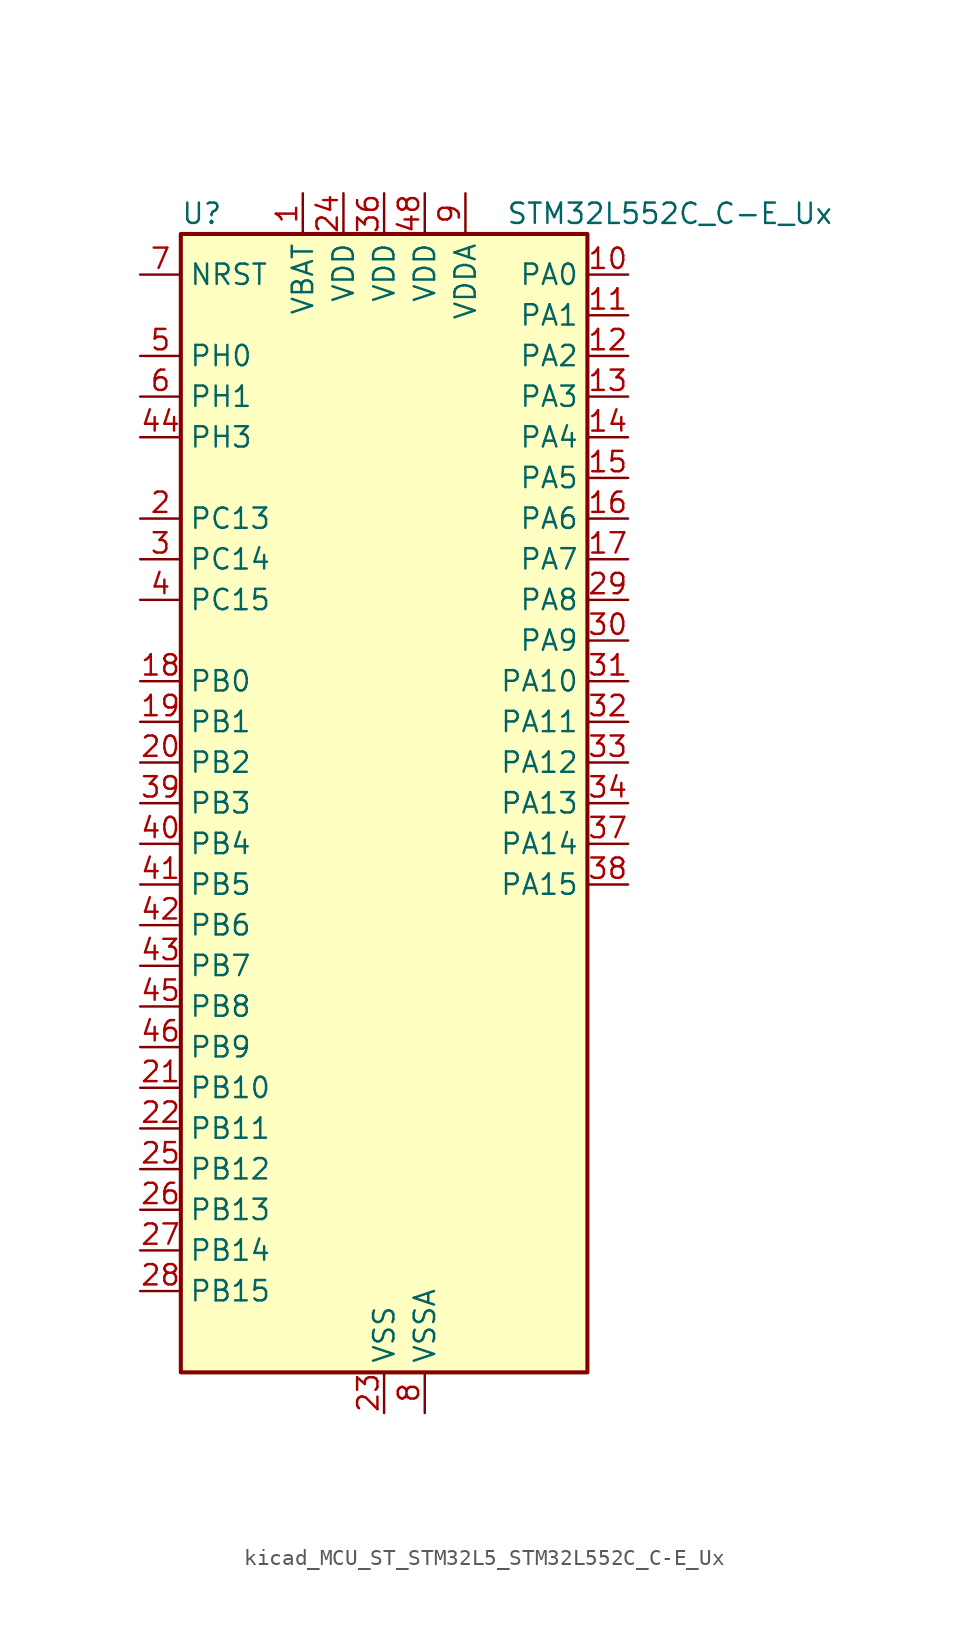
<source format=kicad_sym>
(kicad_symbol_lib
  (version 20220914)
  (generator kicad_symbol_editor)
  (symbol "kicad_MCU_ST_STM32L5_STM32L552C_C-E_Ux"
    (property "Reference" "U"
      (at -12.7 36.83 0)
      (effects (font (size 1.27 1.27)) (justify left)))
    (property "Value" "STM32L552C_C-E_Ux"
      (at 7.62 36.83 0)
      (effects (font (size 1.27 1.27)) (justify left)))
    (property "ki_locked" ""
      (at 0 0 0)
      (effects (font (size 1.27 1.27))))
    (symbol "kicad_MCU_ST_STM32L5_STM32L552C_C-E_Ux_0_1"
      (rectangle (start -12.7 -35.56) (end 12.7 35.56) (stroke (width 0.254) (type default)) (fill (type background))))
    (symbol "kicad_MCU_ST_STM32L5_STM32L552C_C-E_Ux_1_1"
      (pin power_in line (at -5.08 38.1 270) (length 2.54) (name "VBAT" (effects (font (size 1.27 1.27)))) (number "1" (effects (font (size 1.27 1.27)))))
      (pin bidirectional line (at 15.24 33.02 180) (length 2.54) (name "PA0" (effects (font (size 1.27 1.27)))) (number "10" (effects (font (size 1.27 1.27)))) (alternate "ADC1_IN5" bidirectional line) (alternate "ADC2_IN5" bidirectional line) (alternate "OPAMP1_VINP" bidirectional line) (alternate "PWR_WKUP1" bidirectional line) (alternate "SAI1_EXTCLK" bidirectional line) (alternate "TAMP_IN2" bidirectional line) (alternate "TAMP_OUT1" bidirectional line) (alternate "TIM2_CH1" bidirectional line) (alternate "TIM2_ETR" bidirectional line) (alternate "TIM5_CH1" bidirectional line) (alternate "TIM8_ETR" bidirectional line) (alternate "UART4_TX" bidirectional line) (alternate "USART2_CTS" bidirectional line) (alternate "USART2_NSS" bidirectional line))
      (pin bidirectional line (at 15.24 30.48 180) (length 2.54) (name "PA1" (effects (font (size 1.27 1.27)))) (number "11" (effects (font (size 1.27 1.27)))) (alternate "ADC1_IN6" bidirectional line) (alternate "ADC2_IN6" bidirectional line) (alternate "I2C1_SMBA" bidirectional line) (alternate "OCTOSPI1_DQS" bidirectional line) (alternate "OPAMP1_VINM" bidirectional line) (alternate "SPI1_SCK" bidirectional line) (alternate "TAMP_IN5" bidirectional line) (alternate "TAMP_OUT4" bidirectional line) (alternate "TIM15_CH1N" bidirectional line) (alternate "TIM2_CH2" bidirectional line) (alternate "TIM5_CH2" bidirectional line) (alternate "UART4_RX" bidirectional line) (alternate "USART2_DE" bidirectional line) (alternate "USART2_RTS" bidirectional line))
      (pin bidirectional line (at 15.24 27.94 180) (length 2.54) (name "PA2" (effects (font (size 1.27 1.27)))) (number "12" (effects (font (size 1.27 1.27)))) (alternate "ADC1_IN7" bidirectional line) (alternate "ADC2_IN7" bidirectional line) (alternate "COMP1_INP" bidirectional line) (alternate "LPUART1_TX" bidirectional line) (alternate "OCTOSPI1_NCS" bidirectional line) (alternate "PWR_WKUP4" bidirectional line) (alternate "RCC_LSCO" bidirectional line) (alternate "SAI2_EXTCLK" bidirectional line) (alternate "TIM15_CH1" bidirectional line) (alternate "TIM2_CH3" bidirectional line) (alternate "TIM5_CH3" bidirectional line) (alternate "UCPD1_FRSTX1" bidirectional line) (alternate "USART2_TX" bidirectional line))
      (pin bidirectional line (at 15.24 25.4 180) (length 2.54) (name "PA3" (effects (font (size 1.27 1.27)))) (number "13" (effects (font (size 1.27 1.27)))) (alternate "ADC1_IN8" bidirectional line) (alternate "ADC2_IN8" bidirectional line) (alternate "LPUART1_RX" bidirectional line) (alternate "OCTOSPI1_CLK" bidirectional line) (alternate "OPAMP1_VOUT" bidirectional line) (alternate "SAI1_CK1" bidirectional line) (alternate "SAI1_MCLK_A" bidirectional line) (alternate "TIM15_CH2" bidirectional line) (alternate "TIM2_CH4" bidirectional line) (alternate "TIM5_CH4" bidirectional line) (alternate "USART2_RX" bidirectional line))
      (pin bidirectional line (at 15.24 22.86 180) (length 2.54) (name "PA4" (effects (font (size 1.27 1.27)))) (number "14" (effects (font (size 1.27 1.27)))) (alternate "ADC1_IN9" bidirectional line) (alternate "ADC2_IN9" bidirectional line) (alternate "DAC1_OUT1" bidirectional line) (alternate "LPTIM2_OUT" bidirectional line) (alternate "OCTOSPI1_NCS" bidirectional line) (alternate "SAI1_FS_B" bidirectional line) (alternate "SPI1_NSS" bidirectional line) (alternate "SPI3_NSS" bidirectional line) (alternate "USART2_CK" bidirectional line))
      (pin bidirectional line (at 15.24 20.32 180) (length 2.54) (name "PA5" (effects (font (size 1.27 1.27)))) (number "15" (effects (font (size 1.27 1.27)))) (alternate "ADC1_IN10" bidirectional line) (alternate "ADC2_IN10" bidirectional line) (alternate "DAC1_OUT2" bidirectional line) (alternate "LPTIM2_ETR" bidirectional line) (alternate "SPI1_SCK" bidirectional line) (alternate "TIM2_CH1" bidirectional line) (alternate "TIM2_ETR" bidirectional line) (alternate "TIM8_CH1N" bidirectional line))
      (pin bidirectional line (at 15.24 17.78 180) (length 2.54) (name "PA6" (effects (font (size 1.27 1.27)))) (number "16" (effects (font (size 1.27 1.27)))) (alternate "ADC1_IN11" bidirectional line) (alternate "ADC2_IN11" bidirectional line) (alternate "LPUART1_CTS" bidirectional line) (alternate "OCTOSPI1_IO3" bidirectional line) (alternate "OPAMP2_VINP" bidirectional line) (alternate "SPI1_MISO" bidirectional line) (alternate "TIM16_CH1" bidirectional line) (alternate "TIM1_BKIN" bidirectional line) (alternate "TIM3_CH1" bidirectional line) (alternate "TIM8_BKIN" bidirectional line) (alternate "USART3_CTS" bidirectional line) (alternate "USART3_NSS" bidirectional line))
      (pin bidirectional line (at 15.24 15.24 180) (length 2.54) (name "PA7" (effects (font (size 1.27 1.27)))) (number "17" (effects (font (size 1.27 1.27)))) (alternate "ADC1_IN12" bidirectional line) (alternate "ADC2_IN12" bidirectional line) (alternate "I2C3_SCL" bidirectional line) (alternate "OCTOSPI1_IO2" bidirectional line) (alternate "OPAMP2_VINM" bidirectional line) (alternate "SPI1_MOSI" bidirectional line) (alternate "TIM17_CH1" bidirectional line) (alternate "TIM1_CH1N" bidirectional line) (alternate "TIM3_CH2" bidirectional line) (alternate "TIM8_CH1N" bidirectional line))
      (pin bidirectional line (at -15.24 7.62 0) (length 2.54) (name "PB0" (effects (font (size 1.27 1.27)))) (number "18" (effects (font (size 1.27 1.27)))) (alternate "ADC1_IN15" bidirectional line) (alternate "ADC2_IN15" bidirectional line) (alternate "COMP1_OUT" bidirectional line) (alternate "OCTOSPI1_IO1" bidirectional line) (alternate "OPAMP2_VOUT" bidirectional line) (alternate "SAI1_EXTCLK" bidirectional line) (alternate "SPI1_NSS" bidirectional line) (alternate "TIM1_CH2N" bidirectional line) (alternate "TIM3_CH3" bidirectional line) (alternate "TIM8_CH2N" bidirectional line) (alternate "USART3_CK" bidirectional line))
      (pin bidirectional line (at -15.24 5.08 0) (length 2.54) (name "PB1" (effects (font (size 1.27 1.27)))) (number "19" (effects (font (size 1.27 1.27)))) (alternate "ADC1_IN16" bidirectional line) (alternate "ADC2_IN16" bidirectional line) (alternate "COMP1_INM" bidirectional line) (alternate "DFSDM1_DATIN0" bidirectional line) (alternate "LPTIM2_IN1" bidirectional line) (alternate "LPUART1_DE" bidirectional line) (alternate "LPUART1_RTS" bidirectional line) (alternate "OCTOSPI1_IO0" bidirectional line) (alternate "TIM1_CH3N" bidirectional line) (alternate "TIM3_CH4" bidirectional line) (alternate "TIM8_CH3N" bidirectional line) (alternate "USART3_DE" bidirectional line) (alternate "USART3_RTS" bidirectional line))
      (pin bidirectional line (at -15.24 17.78 0) (length 2.54) (name "PC13" (effects (font (size 1.27 1.27)))) (number "2" (effects (font (size 1.27 1.27)))) (alternate "PWR_WKUP2" bidirectional line) (alternate "RTC_OUT1" bidirectional line) (alternate "RTC_TS" bidirectional line) (alternate "TAMP_IN1" bidirectional line) (alternate "TAMP_OUT2" bidirectional line))
      (pin bidirectional line (at -15.24 2.54 0) (length 2.54) (name "PB2" (effects (font (size 1.27 1.27)))) (number "20" (effects (font (size 1.27 1.27)))) (alternate "COMP1_INP" bidirectional line) (alternate "DFSDM1_CKIN0" bidirectional line) (alternate "I2C3_SMBA" bidirectional line) (alternate "LPTIM1_OUT" bidirectional line) (alternate "OCTOSPI1_DQS" bidirectional line) (alternate "RTC_OUT2" bidirectional line) (alternate "UCPD1_FRSTX1" bidirectional line))
      (pin bidirectional line (at -15.24 -17.78 0) (length 2.54) (name "PB10" (effects (font (size 1.27 1.27)))) (number "21" (effects (font (size 1.27 1.27)))) (alternate "COMP1_OUT" bidirectional line) (alternate "I2C2_SCL" bidirectional line) (alternate "I2C4_SCL" bidirectional line) (alternate "LPTIM3_OUT" bidirectional line) (alternate "LPUART1_RX" bidirectional line) (alternate "OCTOSPI1_CLK" bidirectional line) (alternate "SAI1_SCK_A" bidirectional line) (alternate "SPI2_SCK" bidirectional line) (alternate "TIM2_CH3" bidirectional line) (alternate "TSC_SYNC" bidirectional line) (alternate "USART3_TX" bidirectional line))
      (pin bidirectional line (at -15.24 -20.32 0) (length 2.54) (name "PB11" (effects (font (size 1.27 1.27)))) (number "22" (effects (font (size 1.27 1.27)))) (alternate "ADC1_EXTI11" bidirectional line) (alternate "ADC2_EXTI11" bidirectional line) (alternate "COMP2_OUT" bidirectional line) (alternate "I2C2_SDA" bidirectional line) (alternate "I2C4_SDA" bidirectional line) (alternate "LPUART1_TX" bidirectional line) (alternate "OCTOSPI1_NCS" bidirectional line) (alternate "TIM2_CH4" bidirectional line) (alternate "USART3_RX" bidirectional line))
      (pin power_in line (at 0 -38.1 90) (length 2.54) (name "VSS" (effects (font (size 1.27 1.27)))) (number "23" (effects (font (size 1.27 1.27)))))
      (pin power_in line (at -2.54 38.1 270) (length 2.54) (name "VDD" (effects (font (size 1.27 1.27)))) (number "24" (effects (font (size 1.27 1.27)))))
      (pin bidirectional line (at -15.24 -22.86 0) (length 2.54) (name "PB12" (effects (font (size 1.27 1.27)))) (number "25" (effects (font (size 1.27 1.27)))) (alternate "DFSDM1_DATIN1" bidirectional line) (alternate "I2C2_SMBA" bidirectional line) (alternate "LPUART1_DE" bidirectional line) (alternate "LPUART1_RTS" bidirectional line) (alternate "OCTOSPI1_NCLK" bidirectional line) (alternate "SAI2_FS_A" bidirectional line) (alternate "SPI2_NSS" bidirectional line) (alternate "TIM15_BKIN" bidirectional line) (alternate "TIM1_BKIN" bidirectional line) (alternate "TSC_G1_IO1" bidirectional line) (alternate "USART3_CK" bidirectional line))
      (pin bidirectional line (at -15.24 -25.4 0) (length 2.54) (name "PB13" (effects (font (size 1.27 1.27)))) (number "26" (effects (font (size 1.27 1.27)))) (alternate "DFSDM1_CKIN1" bidirectional line) (alternate "I2C2_SCL" bidirectional line) (alternate "LPTIM3_IN1" bidirectional line) (alternate "LPUART1_CTS" bidirectional line) (alternate "SAI2_SCK_A" bidirectional line) (alternate "SPI2_SCK" bidirectional line) (alternate "TIM15_CH1N" bidirectional line) (alternate "TIM1_CH1N" bidirectional line) (alternate "TSC_G1_IO2" bidirectional line) (alternate "UCPD1_FRSTX2" bidirectional line) (alternate "USART3_CTS" bidirectional line) (alternate "USART3_NSS" bidirectional line))
      (pin bidirectional line (at -15.24 -27.94 0) (length 2.54) (name "PB14" (effects (font (size 1.27 1.27)))) (number "27" (effects (font (size 1.27 1.27)))) (alternate "DFSDM1_DATIN2" bidirectional line) (alternate "I2C2_SDA" bidirectional line) (alternate "LPTIM3_ETR" bidirectional line) (alternate "SAI2_MCLK_A" bidirectional line) (alternate "SPI2_MISO" bidirectional line) (alternate "TIM15_CH1" bidirectional line) (alternate "TIM1_CH2N" bidirectional line) (alternate "TIM8_CH2N" bidirectional line) (alternate "TSC_G1_IO3" bidirectional line) (alternate "UCPD1_DBCC2" bidirectional line) (alternate "USART3_DE" bidirectional line) (alternate "USART3_RTS" bidirectional line))
      (pin bidirectional line (at -15.24 -30.48 0) (length 2.54) (name "PB15" (effects (font (size 1.27 1.27)))) (number "28" (effects (font (size 1.27 1.27)))) (alternate "ADC1_EXTI15" bidirectional line) (alternate "ADC2_EXTI15" bidirectional line) (alternate "DFSDM1_CKIN2" bidirectional line) (alternate "RTC_REFIN" bidirectional line) (alternate "SAI2_SD_A" bidirectional line) (alternate "SPI2_MOSI" bidirectional line) (alternate "TIM15_CH2" bidirectional line) (alternate "TIM1_CH3N" bidirectional line) (alternate "TIM8_CH3N" bidirectional line) (alternate "UCPD1_CC2" bidirectional line))
      (pin bidirectional line (at 15.24 12.7 180) (length 2.54) (name "PA8" (effects (font (size 1.27 1.27)))) (number "29" (effects (font (size 1.27 1.27)))) (alternate "LPTIM2_OUT" bidirectional line) (alternate "RCC_MCO" bidirectional line) (alternate "SAI1_CK2" bidirectional line) (alternate "SAI1_SCK_A" bidirectional line) (alternate "TIM1_CH1" bidirectional line) (alternate "USART1_CK" bidirectional line))
      (pin bidirectional line (at -15.24 15.24 0) (length 2.54) (name "PC14" (effects (font (size 1.27 1.27)))) (number "3" (effects (font (size 1.27 1.27)))) (alternate "RCC_OSC32_IN" bidirectional line))
      (pin bidirectional line (at 15.24 10.16 180) (length 2.54) (name "PA9" (effects (font (size 1.27 1.27)))) (number "30" (effects (font (size 1.27 1.27)))) (alternate "DAC1_EXTI9" bidirectional line) (alternate "SAI1_FS_A" bidirectional line) (alternate "SPI2_SCK" bidirectional line) (alternate "TIM15_BKIN" bidirectional line) (alternate "TIM1_CH2" bidirectional line) (alternate "USART1_TX" bidirectional line))
      (pin bidirectional line (at 15.24 7.62 180) (length 2.54) (name "PA10" (effects (font (size 1.27 1.27)))) (number "31" (effects (font (size 1.27 1.27)))) (alternate "CRS_SYNC" bidirectional line) (alternate "SAI1_D1" bidirectional line) (alternate "SAI1_SD_A" bidirectional line) (alternate "TIM17_BKIN" bidirectional line) (alternate "TIM1_CH3" bidirectional line) (alternate "USART1_RX" bidirectional line))
      (pin bidirectional line (at 15.24 5.08 180) (length 2.54) (name "PA11" (effects (font (size 1.27 1.27)))) (number "32" (effects (font (size 1.27 1.27)))) (alternate "ADC1_EXTI11" bidirectional line) (alternate "ADC2_EXTI11" bidirectional line) (alternate "FDCAN1_RX" bidirectional line) (alternate "SPI1_MISO" bidirectional line) (alternate "TIM1_BKIN2" bidirectional line) (alternate "TIM1_CH4" bidirectional line) (alternate "USART1_CTS" bidirectional line) (alternate "USART1_NSS" bidirectional line) (alternate "USB_DM" bidirectional line))
      (pin bidirectional line (at 15.24 2.54 180) (length 2.54) (name "PA12" (effects (font (size 1.27 1.27)))) (number "33" (effects (font (size 1.27 1.27)))) (alternate "FDCAN1_TX" bidirectional line) (alternate "SPI1_MOSI" bidirectional line) (alternate "TIM1_ETR" bidirectional line) (alternate "USART1_DE" bidirectional line) (alternate "USART1_RTS" bidirectional line) (alternate "USB_DP" bidirectional line))
      (pin bidirectional line (at 15.24 0 180) (length 2.54) (name "PA13" (effects (font (size 1.27 1.27)))) (number "34" (effects (font (size 1.27 1.27)))) (alternate "DEBUG_JTMS-SWDIO" bidirectional line) (alternate "IR_OUT" bidirectional line) (alternate "SAI1_SD_B" bidirectional line) (alternate "USB_NOE" bidirectional line))
      (pin passive line (at 0 -38.1 90) (length 2.54) hide (name "VSS" (effects (font (size 1.27 1.27)))) (number "35" (effects (font (size 1.27 1.27)))))
      (pin power_in line (at 0 38.1 270) (length 2.54) (name "VDD" (effects (font (size 1.27 1.27)))) (number "36" (effects (font (size 1.27 1.27)))))
      (pin bidirectional line (at 15.24 -2.54 180) (length 2.54) (name "PA14" (effects (font (size 1.27 1.27)))) (number "37" (effects (font (size 1.27 1.27)))) (alternate "DEBUG_JTCK-SWCLK" bidirectional line) (alternate "I2C1_SMBA" bidirectional line) (alternate "I2C4_SMBA" bidirectional line) (alternate "LPTIM1_OUT" bidirectional line) (alternate "SAI1_FS_B" bidirectional line))
      (pin bidirectional line (at 15.24 -5.08 180) (length 2.54) (name "PA15" (effects (font (size 1.27 1.27)))) (number "38" (effects (font (size 1.27 1.27)))) (alternate "ADC1_EXTI15" bidirectional line) (alternate "ADC2_EXTI15" bidirectional line) (alternate "DEBUG_JTDI" bidirectional line) (alternate "SAI2_FS_B" bidirectional line) (alternate "SPI1_NSS" bidirectional line) (alternate "SPI3_NSS" bidirectional line) (alternate "TIM2_CH1" bidirectional line) (alternate "TIM2_ETR" bidirectional line) (alternate "UART4_DE" bidirectional line) (alternate "UART4_RTS" bidirectional line) (alternate "UCPD1_CC1" bidirectional line) (alternate "USART2_RX" bidirectional line) (alternate "USART3_DE" bidirectional line) (alternate "USART3_RTS" bidirectional line))
      (pin bidirectional line (at -15.24 0 0) (length 2.54) (name "PB3" (effects (font (size 1.27 1.27)))) (number "39" (effects (font (size 1.27 1.27)))) (alternate "COMP2_INM" bidirectional line) (alternate "CRS_SYNC" bidirectional line) (alternate "DEBUG_JTDO-SWO" bidirectional line) (alternate "SAI1_SCK_B" bidirectional line) (alternate "SPI1_SCK" bidirectional line) (alternate "SPI3_SCK" bidirectional line) (alternate "TIM2_CH2" bidirectional line) (alternate "USART1_DE" bidirectional line) (alternate "USART1_RTS" bidirectional line))
      (pin bidirectional line (at -15.24 12.7 0) (length 2.54) (name "PC15" (effects (font (size 1.27 1.27)))) (number "4" (effects (font (size 1.27 1.27)))) (alternate "ADC1_EXTI15" bidirectional line) (alternate "ADC2_EXTI15" bidirectional line) (alternate "RCC_OSC32_OUT" bidirectional line))
      (pin bidirectional line (at -15.24 -2.54 0) (length 2.54) (name "PB4" (effects (font (size 1.27 1.27)))) (number "40" (effects (font (size 1.27 1.27)))) (alternate "COMP2_INP" bidirectional line) (alternate "DEBUG_JTRST" bidirectional line) (alternate "I2C3_SDA" bidirectional line) (alternate "SAI1_MCLK_B" bidirectional line) (alternate "SPI1_MISO" bidirectional line) (alternate "SPI3_MISO" bidirectional line) (alternate "TIM17_BKIN" bidirectional line) (alternate "TIM3_CH1" bidirectional line) (alternate "TSC_G2_IO1" bidirectional line) (alternate "USART1_CTS" bidirectional line) (alternate "USART1_NSS" bidirectional line))
      (pin bidirectional line (at -15.24 -5.08 0) (length 2.54) (name "PB5" (effects (font (size 1.27 1.27)))) (number "41" (effects (font (size 1.27 1.27)))) (alternate "COMP2_OUT" bidirectional line) (alternate "I2C1_SMBA" bidirectional line) (alternate "LPTIM1_IN1" bidirectional line) (alternate "OCTOSPI1_NCLK" bidirectional line) (alternate "SAI1_SD_B" bidirectional line) (alternate "SPI1_MOSI" bidirectional line) (alternate "SPI3_MOSI" bidirectional line) (alternate "TIM16_BKIN" bidirectional line) (alternate "TIM3_CH2" bidirectional line) (alternate "TSC_G2_IO2" bidirectional line) (alternate "UCPD1_DBCC1" bidirectional line) (alternate "USART1_CK" bidirectional line))
      (pin bidirectional line (at -15.24 -7.62 0) (length 2.54) (name "PB6" (effects (font (size 1.27 1.27)))) (number "42" (effects (font (size 1.27 1.27)))) (alternate "COMP2_INP" bidirectional line) (alternate "I2C1_SCL" bidirectional line) (alternate "I2C4_SCL" bidirectional line) (alternate "LPTIM1_ETR" bidirectional line) (alternate "SAI1_FS_B" bidirectional line) (alternate "TIM16_CH1N" bidirectional line) (alternate "TIM4_CH1" bidirectional line) (alternate "TIM8_BKIN2" bidirectional line) (alternate "TSC_G2_IO3" bidirectional line) (alternate "USART1_TX" bidirectional line))
      (pin bidirectional line (at -15.24 -10.16 0) (length 2.54) (name "PB7" (effects (font (size 1.27 1.27)))) (number "43" (effects (font (size 1.27 1.27)))) (alternate "COMP2_INM" bidirectional line) (alternate "I2C1_SDA" bidirectional line) (alternate "I2C4_SDA" bidirectional line) (alternate "LPTIM1_IN2" bidirectional line) (alternate "PWR_PVD_IN" bidirectional line) (alternate "TIM17_CH1N" bidirectional line) (alternate "TIM4_CH2" bidirectional line) (alternate "TIM8_BKIN" bidirectional line) (alternate "TSC_G2_IO4" bidirectional line) (alternate "UART4_CTS" bidirectional line) (alternate "USART1_RX" bidirectional line))
      (pin bidirectional line (at -15.24 22.86 0) (length 2.54) (name "PH3" (effects (font (size 1.27 1.27)))) (number "44" (effects (font (size 1.27 1.27)))))
      (pin bidirectional line (at -15.24 -12.7 0) (length 2.54) (name "PB8" (effects (font (size 1.27 1.27)))) (number "45" (effects (font (size 1.27 1.27)))) (alternate "DFSDM1_CKOUT" bidirectional line) (alternate "FDCAN1_RX" bidirectional line) (alternate "I2C1_SCL" bidirectional line) (alternate "SAI1_CK1" bidirectional line) (alternate "SAI1_MCLK_A" bidirectional line) (alternate "TIM16_CH1" bidirectional line) (alternate "TIM4_CH3" bidirectional line))
      (pin bidirectional line (at -15.24 -15.24 0) (length 2.54) (name "PB9" (effects (font (size 1.27 1.27)))) (number "46" (effects (font (size 1.27 1.27)))) (alternate "DAC1_EXTI9" bidirectional line) (alternate "FDCAN1_TX" bidirectional line) (alternate "I2C1_SDA" bidirectional line) (alternate "IR_OUT" bidirectional line) (alternate "SAI1_D2" bidirectional line) (alternate "SAI1_FS_A" bidirectional line) (alternate "SPI2_NSS" bidirectional line) (alternate "TIM17_CH1" bidirectional line) (alternate "TIM4_CH4" bidirectional line))
      (pin passive line (at 0 -38.1 90) (length 2.54) hide (name "VSS" (effects (font (size 1.27 1.27)))) (number "47" (effects (font (size 1.27 1.27)))))
      (pin power_in line (at 2.54 38.1 270) (length 2.54) (name "VDD" (effects (font (size 1.27 1.27)))) (number "48" (effects (font (size 1.27 1.27)))))
      (pin passive line (at 0 -38.1 90) (length 2.54) hide (name "VSS" (effects (font (size 1.27 1.27)))) (number "49" (effects (font (size 1.27 1.27)))))
      (pin bidirectional line (at -15.24 27.94 0) (length 2.54) (name "PH0" (effects (font (size 1.27 1.27)))) (number "5" (effects (font (size 1.27 1.27)))) (alternate "RCC_OSC_IN" bidirectional line))
      (pin bidirectional line (at -15.24 25.4 0) (length 2.54) (name "PH1" (effects (font (size 1.27 1.27)))) (number "6" (effects (font (size 1.27 1.27)))) (alternate "RCC_OSC_OUT" bidirectional line))
      (pin input line (at -15.24 33.02 0) (length 2.54) (name "NRST" (effects (font (size 1.27 1.27)))) (number "7" (effects (font (size 1.27 1.27)))))
      (pin power_in line (at 2.54 -38.1 90) (length 2.54) (name "VSSA" (effects (font (size 1.27 1.27)))) (number "8" (effects (font (size 1.27 1.27)))))
      (pin power_in line (at 5.08 38.1 270) (length 2.54) (name "VDDA" (effects (font (size 1.27 1.27)))) (number "9" (effects (font (size 1.27 1.27))))))))
</source>
